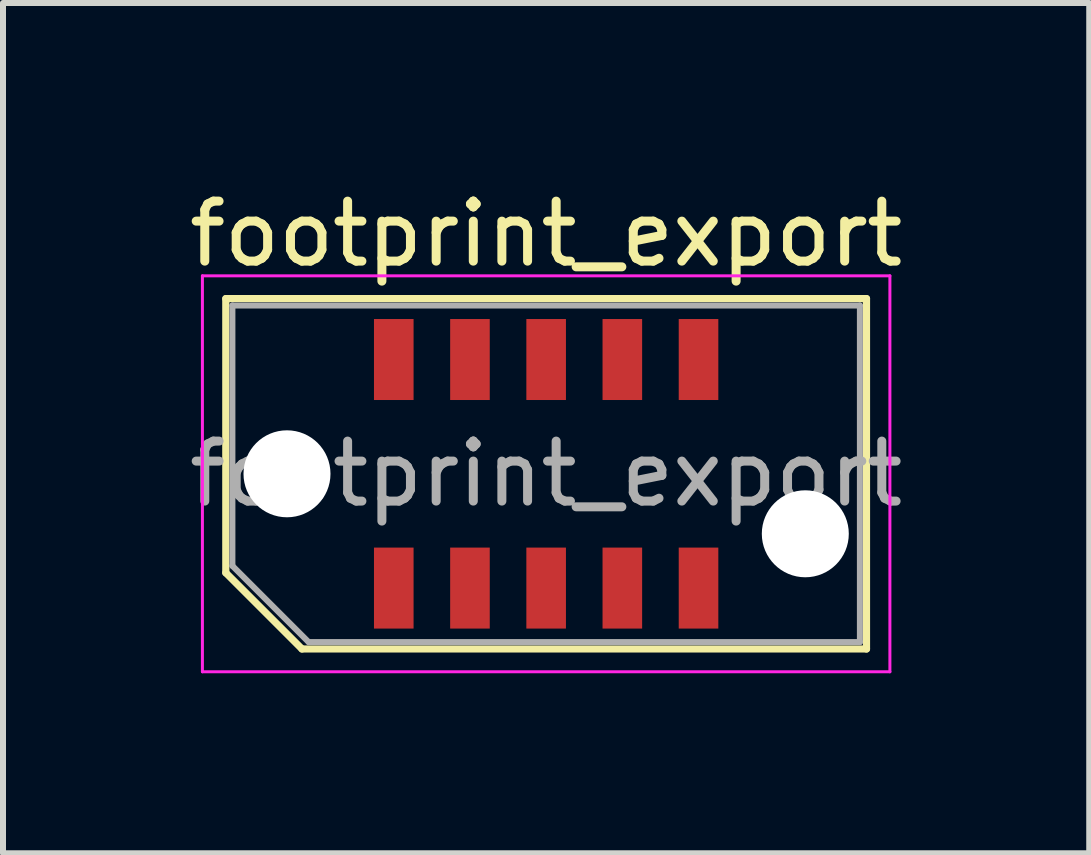
<source format=kicad_pcb>
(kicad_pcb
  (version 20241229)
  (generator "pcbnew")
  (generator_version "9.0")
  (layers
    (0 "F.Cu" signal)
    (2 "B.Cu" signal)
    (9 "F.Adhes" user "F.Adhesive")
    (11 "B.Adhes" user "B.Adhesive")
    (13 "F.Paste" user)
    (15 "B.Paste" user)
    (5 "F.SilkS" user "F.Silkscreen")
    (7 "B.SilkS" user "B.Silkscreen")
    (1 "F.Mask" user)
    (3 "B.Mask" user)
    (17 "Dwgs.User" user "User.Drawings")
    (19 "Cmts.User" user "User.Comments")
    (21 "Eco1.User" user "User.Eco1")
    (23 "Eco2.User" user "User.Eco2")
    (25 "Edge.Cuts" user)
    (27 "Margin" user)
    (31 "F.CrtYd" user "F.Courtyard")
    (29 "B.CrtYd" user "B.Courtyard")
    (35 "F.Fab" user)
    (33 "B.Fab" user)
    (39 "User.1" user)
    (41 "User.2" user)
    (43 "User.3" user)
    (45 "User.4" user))
  (footprint "footprint_export"
    (layer "F.Cu")
    (at 6.054 4.848)
    (property "Reference" "footprint_export" (at 0 -4 0) (layer "F.SilkS") (effects (font (size 1 1) (thickness 0.15))))
    (attr smd)
    (fp_line (start -5.34 -2.92) (end 5.34 -2.92) (stroke (width 0.12) (type solid)) (layer "F.SilkS"))
    (fp_line (start -5.34 1.65) (end -5.34 -2.92) (stroke (width 0.12) (type solid)) (layer "F.SilkS"))
    (fp_line (start -4.07 2.92) (end -5.34 1.65) (stroke (width 0.12) (type solid)) (layer "F.SilkS"))
    (fp_line (start -4.07 2.92) (end 5.34 2.92) (stroke (width 0.12) (type solid)) (layer "F.SilkS"))
    (fp_line (start 5.34 2.92) (end 5.34 -2.92) (stroke (width 0.12) (type solid)) (layer "F.SilkS"))
    (fp_line (start -5.73 -3.3) (end -5.73 3.3) (stroke (width 0.05) (type solid)) (layer "F.CrtYd"))
    (fp_line (start -5.73 3.3) (end 5.73 3.3) (stroke (width 0.05) (type solid)) (layer "F.CrtYd"))
    (fp_line (start 5.73 -3.3) (end -5.73 -3.3) (stroke (width 0.05) (type solid)) (layer "F.CrtYd"))
    (fp_line (start 5.73 3.3) (end 5.73 -3.3) (stroke (width 0.05) (type solid)) (layer "F.CrtYd"))
    (fp_line (start -5.23 -2.805) (end 5.23 -2.805) (stroke (width 0.1) (type solid)) (layer "F.Fab"))
    (fp_line (start -5.23 1.535) (end -5.23 -2.805) (stroke (width 0.1) (type solid)) (layer "F.Fab"))
    (fp_line (start -5.23 1.535) (end -3.96 2.805) (stroke (width 0.1) (type solid)) (layer "F.Fab"))
    (fp_line (start -3.96 2.805) (end 5.23 2.805) (stroke (width 0.1) (type solid)) (layer "F.Fab"))
    (fp_line (start 5.23 2.805) (end 5.23 -2.805) (stroke (width 0.1) (type solid)) (layer "F.Fab"))
    (fp_text user "${REFERENCE}" (at 0 0 0) (layer "F.Fab") (effects (font (size 1 1) (thickness 0.15))))
    (pad "" np_thru_hole circle (at -4.32 0) (size 1.45 1.45) (drill 1.45) (layers "*.Cu" "*.Mask"))
    (pad "" np_thru_hole circle (at 4.32 1) (size 1.45 1.45) (drill 1.45) (layers "*.Cu" "*.Mask"))
    (pad "1" smd rect (at -2.54 1.905) (size 0.66 1.35) (layers "F.Cu" "F.Mask" "F.Paste"))
    (pad "2" smd rect (at -2.54 -1.905) (size 0.66 1.35) (layers "F.Cu" "F.Mask" "F.Paste"))
    (pad "3" smd rect (at -1.27 1.905) (size 0.66 1.35) (layers "F.Cu" "F.Mask" "F.Paste"))
    (pad "4" smd rect (at -1.27 -1.905) (size 0.66 1.35) (layers "F.Cu" "F.Mask" "F.Paste"))
    (pad "5" smd rect (at 0 1.905) (size 0.66 1.35) (layers "F.Cu" "F.Mask" "F.Paste"))
    (pad "6" smd rect (at 0 -1.905) (size 0.66 1.35) (layers "F.Cu" "F.Mask" "F.Paste"))
    (pad "7" smd rect (at 1.27 1.905) (size 0.66 1.35) (layers "F.Cu" "F.Mask" "F.Paste"))
    (pad "8" smd rect (at 1.27 -1.905) (size 0.66 1.35) (layers "F.Cu" "F.Mask" "F.Paste"))
    (pad "9" smd rect (at 2.54 1.905) (size 0.66 1.35) (layers "F.Cu" "F.Mask" "F.Paste"))
    (pad "10" smd rect (at 2.54 -1.905) (size 0.66 1.35) (layers "F.Cu" "F.Mask" "F.Paste")))
  (gr_rect
    (start -3 -3)
    (end 15.107 11.173)
    (stroke (width 0.1) (type default))
    (fill no)
    (layer "Edge.Cuts")))
</source>
